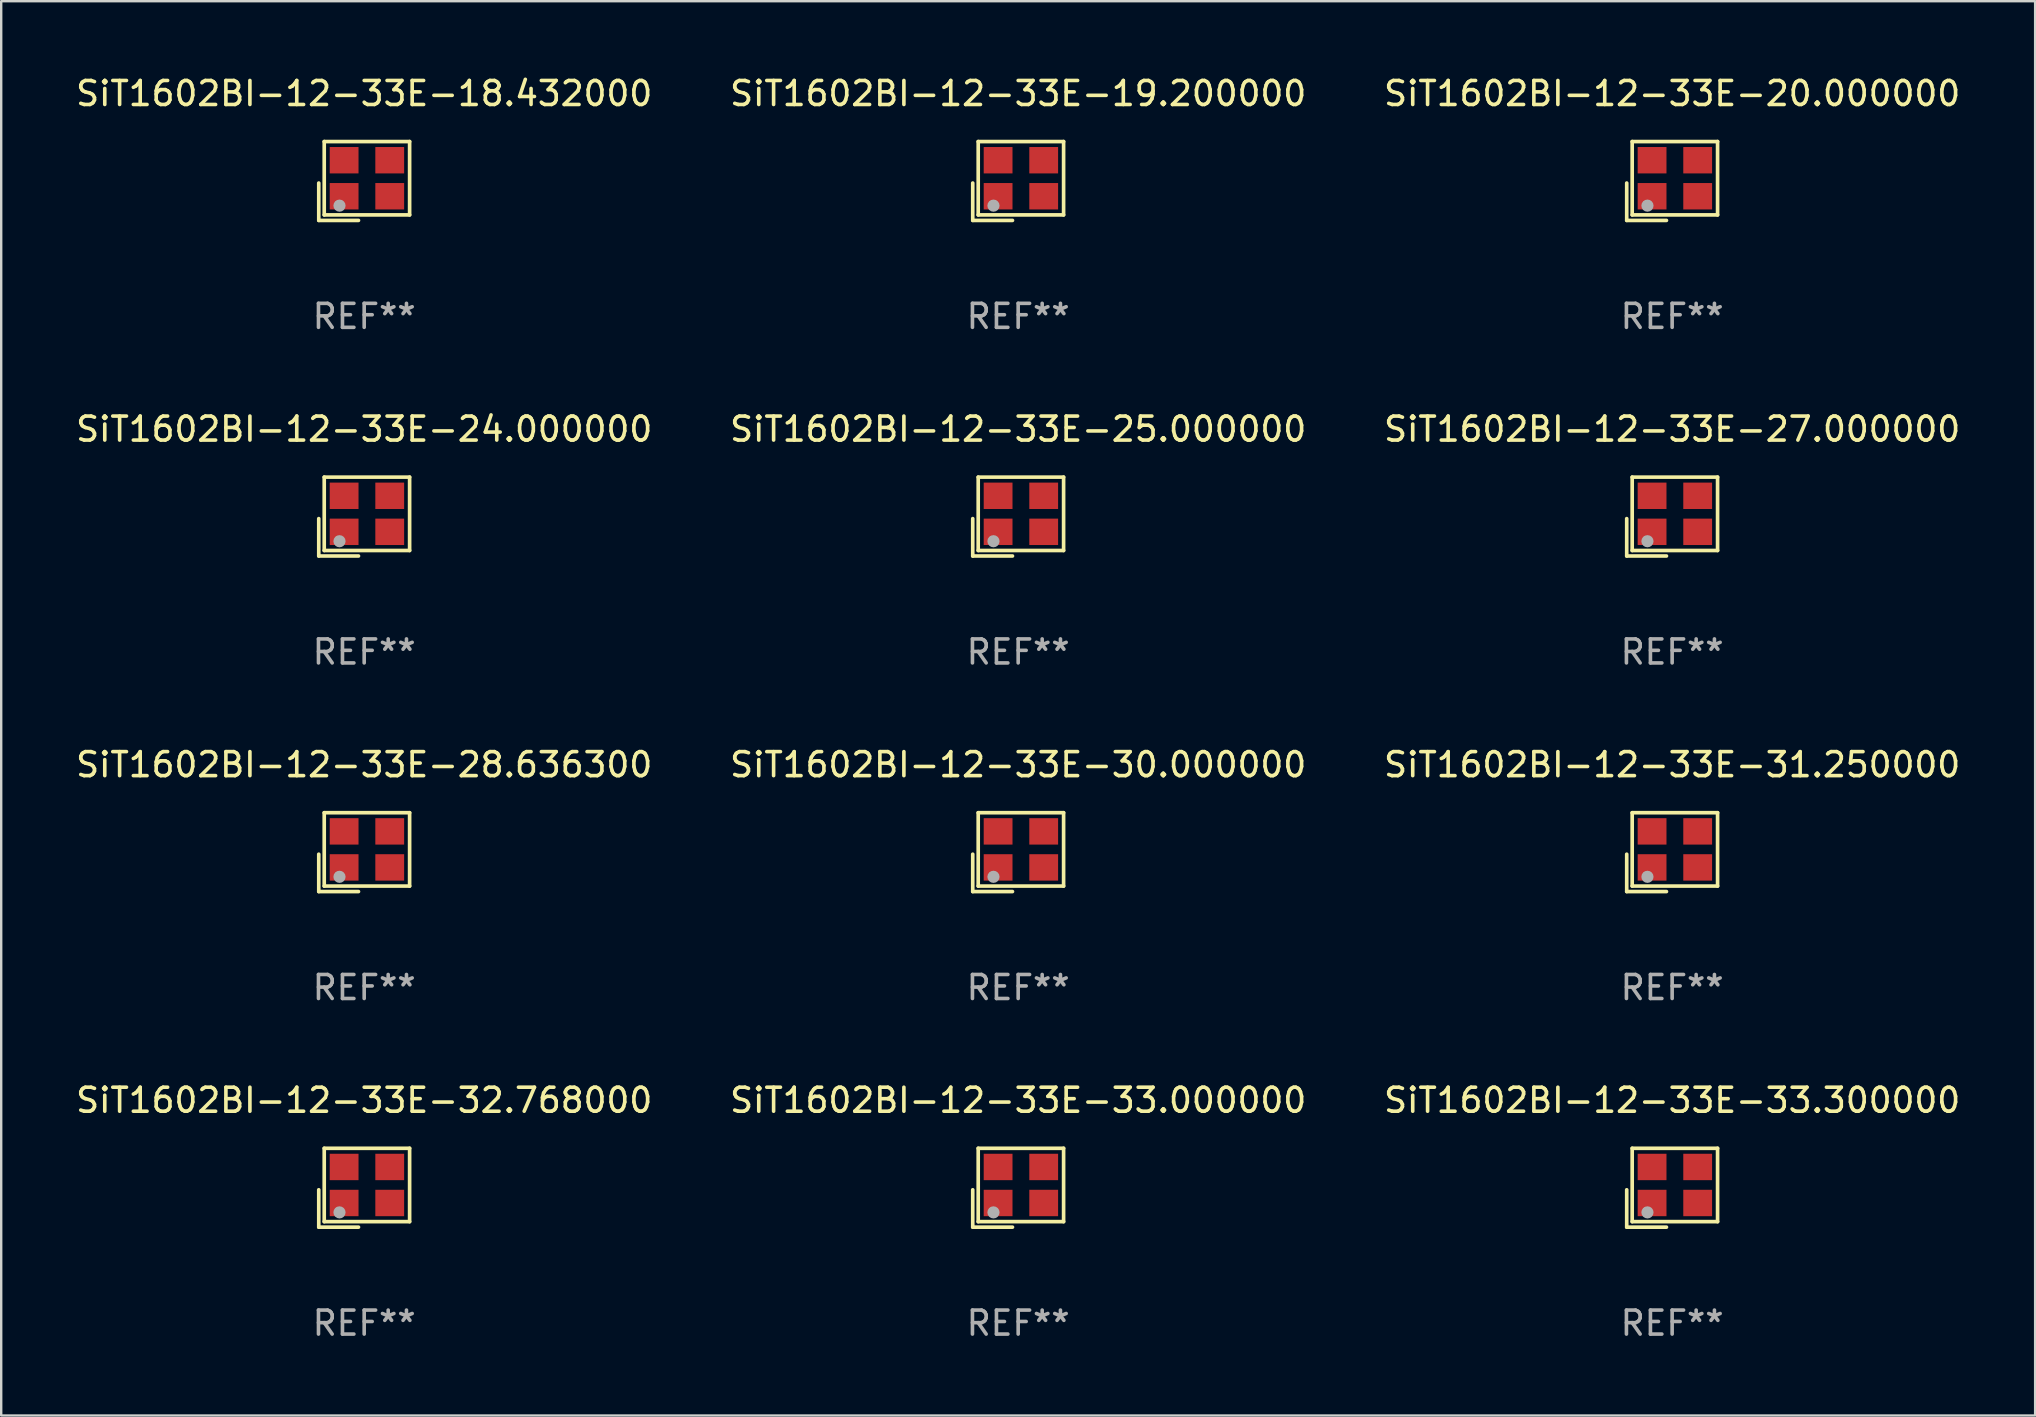
<source format=kicad_pcb>
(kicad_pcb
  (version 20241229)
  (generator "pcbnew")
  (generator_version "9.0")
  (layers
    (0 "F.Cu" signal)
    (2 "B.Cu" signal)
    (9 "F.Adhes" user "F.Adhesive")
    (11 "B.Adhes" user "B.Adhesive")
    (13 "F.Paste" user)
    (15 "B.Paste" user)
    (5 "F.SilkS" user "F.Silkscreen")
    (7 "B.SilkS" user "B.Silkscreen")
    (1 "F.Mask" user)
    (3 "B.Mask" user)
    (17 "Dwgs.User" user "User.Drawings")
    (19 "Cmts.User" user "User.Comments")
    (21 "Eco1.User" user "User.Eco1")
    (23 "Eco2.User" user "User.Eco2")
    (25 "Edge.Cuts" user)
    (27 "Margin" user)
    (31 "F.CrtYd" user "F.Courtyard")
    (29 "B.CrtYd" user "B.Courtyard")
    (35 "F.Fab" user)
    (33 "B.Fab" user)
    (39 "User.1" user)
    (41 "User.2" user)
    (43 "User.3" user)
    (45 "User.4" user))
  (footprint "SiT1602BI-12-33E-30.000000"
    (layer "F.Cu")
    (at 39.375 32.457)
    (property "Reference" "SiT1602BI-12-33E-30.000000" (at 0 -3.643 0) (layer "F.SilkS") (effects (font (size 1 1) (thickness 0.15))))
    (attr through_hole)
    (fp_line (start -1.893 0.086) (end -1.893 1.643) (stroke (width 0.152) (type solid)) (layer "F.SilkS"))
    (fp_line (start -1.893 1.643) (end -0.237 1.643) (stroke (width 0.152) (type solid)) (layer "F.SilkS"))
    (fp_line (start -1.665 -1.643) (end 1.893 -1.643) (stroke (width 0.152) (type solid)) (layer "F.SilkS"))
    (fp_line (start -1.665 1.414) (end -1.665 -1.643) (stroke (width 0.152) (type solid)) (layer "F.SilkS"))
    (fp_line (start 1.893 -1.643) (end 1.893 1.414) (stroke (width 0.152) (type solid)) (layer "F.SilkS"))
    (fp_line (start 1.893 1.414) (end -1.665 1.414) (stroke (width 0.152) (type solid)) (layer "F.SilkS"))
    (fp_circle (center -1.136 0.885) (end -1.106 0.885) (stroke (width 0.06) (type solid)) (fill no) (layer "F.SilkS"))
    (fp_circle (center -1.029 1.028) (end -0.902 1.028) (stroke (width 0.254) (type solid)) (fill no) (layer "F.Fab"))
    (fp_text user "REF**" (at 0 5.643 0) (layer "F.Fab") (effects (font (size 1 1) (thickness 0.15))))
    (pad "1" smd rect (at -0.836 0.636) (size 1.2 1.1) (layers "F.Cu" "F.Mask" "F.Paste"))
    (pad "2" smd rect (at 1.064 0.636) (size 1.2 1.1) (layers "F.Cu" "F.Mask" "F.Paste"))
    (pad "3" smd rect (at 1.064 -0.865) (size 1.2 1.1) (layers "F.Cu" "F.Mask" "F.Paste"))
    (pad "4" smd rect (at -0.836 -0.865) (size 1.2 1.1) (layers "F.Cu" "F.Mask" "F.Paste")))
  (footprint "SiT1602BI-12-33E-24.000000"
    (layer "F.Cu")
    (at 12.125 18.474)
    (property "Reference" "SiT1602BI-12-33E-24.000000" (at 0 -3.643 0) (layer "F.SilkS") (effects (font (size 1 1) (thickness 0.15))))
    (attr through_hole)
    (fp_line (start -1.893 0.086) (end -1.893 1.643) (stroke (width 0.152) (type solid)) (layer "F.SilkS"))
    (fp_line (start -1.893 1.643) (end -0.237 1.643) (stroke (width 0.152) (type solid)) (layer "F.SilkS"))
    (fp_line (start -1.665 -1.643) (end 1.893 -1.643) (stroke (width 0.152) (type solid)) (layer "F.SilkS"))
    (fp_line (start -1.665 1.414) (end -1.665 -1.643) (stroke (width 0.152) (type solid)) (layer "F.SilkS"))
    (fp_line (start 1.893 -1.643) (end 1.893 1.414) (stroke (width 0.152) (type solid)) (layer "F.SilkS"))
    (fp_line (start 1.893 1.414) (end -1.665 1.414) (stroke (width 0.152) (type solid)) (layer "F.SilkS"))
    (fp_circle (center -1.136 0.885) (end -1.106 0.885) (stroke (width 0.06) (type solid)) (fill no) (layer "F.SilkS"))
    (fp_circle (center -1.029 1.028) (end -0.902 1.028) (stroke (width 0.254) (type solid)) (fill no) (layer "F.Fab"))
    (fp_text user "REF**" (at 0 5.643 0) (layer "F.Fab") (effects (font (size 1 1) (thickness 0.15))))
    (pad "1" smd rect (at -0.836 0.636) (size 1.2 1.1) (layers "F.Cu" "F.Mask" "F.Paste"))
    (pad "2" smd rect (at 1.064 0.636) (size 1.2 1.1) (layers "F.Cu" "F.Mask" "F.Paste"))
    (pad "3" smd rect (at 1.064 -0.865) (size 1.2 1.1) (layers "F.Cu" "F.Mask" "F.Paste"))
    (pad "4" smd rect (at -0.836 -0.865) (size 1.2 1.1) (layers "F.Cu" "F.Mask" "F.Paste")))
  (footprint "SiT1602BI-12-33E-33.300000"
    (layer "F.Cu")
    (at 66.625 46.44)
    (property "Reference" "SiT1602BI-12-33E-33.300000" (at 0 -3.643 0) (layer "F.SilkS") (effects (font (size 1 1) (thickness 0.15))))
    (attr through_hole)
    (fp_line (start -1.893 0.086) (end -1.893 1.643) (stroke (width 0.152) (type solid)) (layer "F.SilkS"))
    (fp_line (start -1.893 1.643) (end -0.237 1.643) (stroke (width 0.152) (type solid)) (layer "F.SilkS"))
    (fp_line (start -1.665 -1.643) (end 1.893 -1.643) (stroke (width 0.152) (type solid)) (layer "F.SilkS"))
    (fp_line (start -1.665 1.414) (end -1.665 -1.643) (stroke (width 0.152) (type solid)) (layer "F.SilkS"))
    (fp_line (start 1.893 -1.643) (end 1.893 1.414) (stroke (width 0.152) (type solid)) (layer "F.SilkS"))
    (fp_line (start 1.893 1.414) (end -1.665 1.414) (stroke (width 0.152) (type solid)) (layer "F.SilkS"))
    (fp_circle (center -1.136 0.885) (end -1.106 0.885) (stroke (width 0.06) (type solid)) (fill no) (layer "F.SilkS"))
    (fp_circle (center -1.029 1.028) (end -0.902 1.028) (stroke (width 0.254) (type solid)) (fill no) (layer "F.Fab"))
    (fp_text user "REF**" (at 0 5.643 0) (layer "F.Fab") (effects (font (size 1 1) (thickness 0.15))))
    (pad "1" smd rect (at -0.836 0.636) (size 1.2 1.1) (layers "F.Cu" "F.Mask" "F.Paste"))
    (pad "2" smd rect (at 1.064 0.636) (size 1.2 1.1) (layers "F.Cu" "F.Mask" "F.Paste"))
    (pad "3" smd rect (at 1.064 -0.865) (size 1.2 1.1) (layers "F.Cu" "F.Mask" "F.Paste"))
    (pad "4" smd rect (at -0.836 -0.865) (size 1.2 1.1) (layers "F.Cu" "F.Mask" "F.Paste")))
  (footprint "SiT1602BI-12-33E-33.000000"
    (layer "F.Cu")
    (at 39.375 46.44)
    (property "Reference" "SiT1602BI-12-33E-33.000000" (at 0 -3.643 0) (layer "F.SilkS") (effects (font (size 1 1) (thickness 0.15))))
    (attr through_hole)
    (fp_line (start -1.893 0.086) (end -1.893 1.643) (stroke (width 0.152) (type solid)) (layer "F.SilkS"))
    (fp_line (start -1.893 1.643) (end -0.237 1.643) (stroke (width 0.152) (type solid)) (layer "F.SilkS"))
    (fp_line (start -1.665 -1.643) (end 1.893 -1.643) (stroke (width 0.152) (type solid)) (layer "F.SilkS"))
    (fp_line (start -1.665 1.414) (end -1.665 -1.643) (stroke (width 0.152) (type solid)) (layer "F.SilkS"))
    (fp_line (start 1.893 -1.643) (end 1.893 1.414) (stroke (width 0.152) (type solid)) (layer "F.SilkS"))
    (fp_line (start 1.893 1.414) (end -1.665 1.414) (stroke (width 0.152) (type solid)) (layer "F.SilkS"))
    (fp_circle (center -1.136 0.885) (end -1.106 0.885) (stroke (width 0.06) (type solid)) (fill no) (layer "F.SilkS"))
    (fp_circle (center -1.029 1.028) (end -0.902 1.028) (stroke (width 0.254) (type solid)) (fill no) (layer "F.Fab"))
    (fp_text user "REF**" (at 0 5.643 0) (layer "F.Fab") (effects (font (size 1 1) (thickness 0.15))))
    (pad "1" smd rect (at -0.836 0.636) (size 1.2 1.1) (layers "F.Cu" "F.Mask" "F.Paste"))
    (pad "2" smd rect (at 1.064 0.636) (size 1.2 1.1) (layers "F.Cu" "F.Mask" "F.Paste"))
    (pad "3" smd rect (at 1.064 -0.865) (size 1.2 1.1) (layers "F.Cu" "F.Mask" "F.Paste"))
    (pad "4" smd rect (at -0.836 -0.865) (size 1.2 1.1) (layers "F.Cu" "F.Mask" "F.Paste")))
  (footprint "SiT1602BI-12-33E-20.000000"
    (layer "F.Cu")
    (at 66.625 4.491)
    (property "Reference" "SiT1602BI-12-33E-20.000000" (at 0 -3.643 0) (layer "F.SilkS") (effects (font (size 1 1) (thickness 0.15))))
    (attr through_hole)
    (fp_line (start -1.893 0.086) (end -1.893 1.643) (stroke (width 0.152) (type solid)) (layer "F.SilkS"))
    (fp_line (start -1.893 1.643) (end -0.237 1.643) (stroke (width 0.152) (type solid)) (layer "F.SilkS"))
    (fp_line (start -1.665 -1.643) (end 1.893 -1.643) (stroke (width 0.152) (type solid)) (layer "F.SilkS"))
    (fp_line (start -1.665 1.414) (end -1.665 -1.643) (stroke (width 0.152) (type solid)) (layer "F.SilkS"))
    (fp_line (start 1.893 -1.643) (end 1.893 1.414) (stroke (width 0.152) (type solid)) (layer "F.SilkS"))
    (fp_line (start 1.893 1.414) (end -1.665 1.414) (stroke (width 0.152) (type solid)) (layer "F.SilkS"))
    (fp_circle (center -1.136 0.885) (end -1.106 0.885) (stroke (width 0.06) (type solid)) (fill no) (layer "F.SilkS"))
    (fp_circle (center -1.029 1.028) (end -0.902 1.028) (stroke (width 0.254) (type solid)) (fill no) (layer "F.Fab"))
    (fp_text user "REF**" (at 0 5.643 0) (layer "F.Fab") (effects (font (size 1 1) (thickness 0.15))))
    (pad "1" smd rect (at -0.836 0.636) (size 1.2 1.1) (layers "F.Cu" "F.Mask" "F.Paste"))
    (pad "2" smd rect (at 1.064 0.636) (size 1.2 1.1) (layers "F.Cu" "F.Mask" "F.Paste"))
    (pad "3" smd rect (at 1.064 -0.865) (size 1.2 1.1) (layers "F.Cu" "F.Mask" "F.Paste"))
    (pad "4" smd rect (at -0.836 -0.865) (size 1.2 1.1) (layers "F.Cu" "F.Mask" "F.Paste")))
  (footprint "SiT1602BI-12-33E-28.636300"
    (layer "F.Cu")
    (at 12.125 32.457)
    (property "Reference" "SiT1602BI-12-33E-28.636300" (at 0 -3.643 0) (layer "F.SilkS") (effects (font (size 1 1) (thickness 0.15))))
    (attr through_hole)
    (fp_line (start -1.893 0.086) (end -1.893 1.643) (stroke (width 0.152) (type solid)) (layer "F.SilkS"))
    (fp_line (start -1.893 1.643) (end -0.237 1.643) (stroke (width 0.152) (type solid)) (layer "F.SilkS"))
    (fp_line (start -1.665 -1.643) (end 1.893 -1.643) (stroke (width 0.152) (type solid)) (layer "F.SilkS"))
    (fp_line (start -1.665 1.414) (end -1.665 -1.643) (stroke (width 0.152) (type solid)) (layer "F.SilkS"))
    (fp_line (start 1.893 -1.643) (end 1.893 1.414) (stroke (width 0.152) (type solid)) (layer "F.SilkS"))
    (fp_line (start 1.893 1.414) (end -1.665 1.414) (stroke (width 0.152) (type solid)) (layer "F.SilkS"))
    (fp_circle (center -1.136 0.885) (end -1.106 0.885) (stroke (width 0.06) (type solid)) (fill no) (layer "F.SilkS"))
    (fp_circle (center -1.029 1.028) (end -0.902 1.028) (stroke (width 0.254) (type solid)) (fill no) (layer "F.Fab"))
    (fp_text user "REF**" (at 0 5.643 0) (layer "F.Fab") (effects (font (size 1 1) (thickness 0.15))))
    (pad "1" smd rect (at -0.836 0.636) (size 1.2 1.1) (layers "F.Cu" "F.Mask" "F.Paste"))
    (pad "2" smd rect (at 1.064 0.636) (size 1.2 1.1) (layers "F.Cu" "F.Mask" "F.Paste"))
    (pad "3" smd rect (at 1.064 -0.865) (size 1.2 1.1) (layers "F.Cu" "F.Mask" "F.Paste"))
    (pad "4" smd rect (at -0.836 -0.865) (size 1.2 1.1) (layers "F.Cu" "F.Mask" "F.Paste")))
  (footprint "SiT1602BI-12-33E-25.000000"
    (layer "F.Cu")
    (at 39.375 18.474)
    (property "Reference" "SiT1602BI-12-33E-25.000000" (at 0 -3.643 0) (layer "F.SilkS") (effects (font (size 1 1) (thickness 0.15))))
    (attr through_hole)
    (fp_line (start -1.893 0.086) (end -1.893 1.643) (stroke (width 0.152) (type solid)) (layer "F.SilkS"))
    (fp_line (start -1.893 1.643) (end -0.237 1.643) (stroke (width 0.152) (type solid)) (layer "F.SilkS"))
    (fp_line (start -1.665 -1.643) (end 1.893 -1.643) (stroke (width 0.152) (type solid)) (layer "F.SilkS"))
    (fp_line (start -1.665 1.414) (end -1.665 -1.643) (stroke (width 0.152) (type solid)) (layer "F.SilkS"))
    (fp_line (start 1.893 -1.643) (end 1.893 1.414) (stroke (width 0.152) (type solid)) (layer "F.SilkS"))
    (fp_line (start 1.893 1.414) (end -1.665 1.414) (stroke (width 0.152) (type solid)) (layer "F.SilkS"))
    (fp_circle (center -1.136 0.885) (end -1.106 0.885) (stroke (width 0.06) (type solid)) (fill no) (layer "F.SilkS"))
    (fp_circle (center -1.029 1.028) (end -0.902 1.028) (stroke (width 0.254) (type solid)) (fill no) (layer "F.Fab"))
    (fp_text user "REF**" (at 0 5.643 0) (layer "F.Fab") (effects (font (size 1 1) (thickness 0.15))))
    (pad "1" smd rect (at -0.836 0.636) (size 1.2 1.1) (layers "F.Cu" "F.Mask" "F.Paste"))
    (pad "2" smd rect (at 1.064 0.636) (size 1.2 1.1) (layers "F.Cu" "F.Mask" "F.Paste"))
    (pad "3" smd rect (at 1.064 -0.865) (size 1.2 1.1) (layers "F.Cu" "F.Mask" "F.Paste"))
    (pad "4" smd rect (at -0.836 -0.865) (size 1.2 1.1) (layers "F.Cu" "F.Mask" "F.Paste")))
  (footprint "SiT1602BI-12-33E-27.000000"
    (layer "F.Cu")
    (at 66.625 18.474)
    (property "Reference" "SiT1602BI-12-33E-27.000000" (at 0 -3.643 0) (layer "F.SilkS") (effects (font (size 1 1) (thickness 0.15))))
    (attr through_hole)
    (fp_line (start -1.893 0.086) (end -1.893 1.643) (stroke (width 0.152) (type solid)) (layer "F.SilkS"))
    (fp_line (start -1.893 1.643) (end -0.237 1.643) (stroke (width 0.152) (type solid)) (layer "F.SilkS"))
    (fp_line (start -1.665 -1.643) (end 1.893 -1.643) (stroke (width 0.152) (type solid)) (layer "F.SilkS"))
    (fp_line (start -1.665 1.414) (end -1.665 -1.643) (stroke (width 0.152) (type solid)) (layer "F.SilkS"))
    (fp_line (start 1.893 -1.643) (end 1.893 1.414) (stroke (width 0.152) (type solid)) (layer "F.SilkS"))
    (fp_line (start 1.893 1.414) (end -1.665 1.414) (stroke (width 0.152) (type solid)) (layer "F.SilkS"))
    (fp_circle (center -1.136 0.885) (end -1.106 0.885) (stroke (width 0.06) (type solid)) (fill no) (layer "F.SilkS"))
    (fp_circle (center -1.029 1.028) (end -0.902 1.028) (stroke (width 0.254) (type solid)) (fill no) (layer "F.Fab"))
    (fp_text user "REF**" (at 0 5.643 0) (layer "F.Fab") (effects (font (size 1 1) (thickness 0.15))))
    (pad "1" smd rect (at -0.836 0.636) (size 1.2 1.1) (layers "F.Cu" "F.Mask" "F.Paste"))
    (pad "2" smd rect (at 1.064 0.636) (size 1.2 1.1) (layers "F.Cu" "F.Mask" "F.Paste"))
    (pad "3" smd rect (at 1.064 -0.865) (size 1.2 1.1) (layers "F.Cu" "F.Mask" "F.Paste"))
    (pad "4" smd rect (at -0.836 -0.865) (size 1.2 1.1) (layers "F.Cu" "F.Mask" "F.Paste")))
  (footprint "SiT1602BI-12-33E-32.768000"
    (layer "F.Cu")
    (at 12.125 46.44)
    (property "Reference" "SiT1602BI-12-33E-32.768000" (at 0 -3.643 0) (layer "F.SilkS") (effects (font (size 1 1) (thickness 0.15))))
    (attr through_hole)
    (fp_line (start -1.893 0.086) (end -1.893 1.643) (stroke (width 0.152) (type solid)) (layer "F.SilkS"))
    (fp_line (start -1.893 1.643) (end -0.237 1.643) (stroke (width 0.152) (type solid)) (layer "F.SilkS"))
    (fp_line (start -1.665 -1.643) (end 1.893 -1.643) (stroke (width 0.152) (type solid)) (layer "F.SilkS"))
    (fp_line (start -1.665 1.414) (end -1.665 -1.643) (stroke (width 0.152) (type solid)) (layer "F.SilkS"))
    (fp_line (start 1.893 -1.643) (end 1.893 1.414) (stroke (width 0.152) (type solid)) (layer "F.SilkS"))
    (fp_line (start 1.893 1.414) (end -1.665 1.414) (stroke (width 0.152) (type solid)) (layer "F.SilkS"))
    (fp_circle (center -1.136 0.885) (end -1.106 0.885) (stroke (width 0.06) (type solid)) (fill no) (layer "F.SilkS"))
    (fp_circle (center -1.029 1.028) (end -0.902 1.028) (stroke (width 0.254) (type solid)) (fill no) (layer "F.Fab"))
    (fp_text user "REF**" (at 0 5.643 0) (layer "F.Fab") (effects (font (size 1 1) (thickness 0.15))))
    (pad "1" smd rect (at -0.836 0.636) (size 1.2 1.1) (layers "F.Cu" "F.Mask" "F.Paste"))
    (pad "2" smd rect (at 1.064 0.636) (size 1.2 1.1) (layers "F.Cu" "F.Mask" "F.Paste"))
    (pad "3" smd rect (at 1.064 -0.865) (size 1.2 1.1) (layers "F.Cu" "F.Mask" "F.Paste"))
    (pad "4" smd rect (at -0.836 -0.865) (size 1.2 1.1) (layers "F.Cu" "F.Mask" "F.Paste")))
  (footprint "SiT1602BI-12-33E-19.200000"
    (layer "F.Cu")
    (at 39.375 4.491)
    (property "Reference" "SiT1602BI-12-33E-19.200000" (at 0 -3.643 0) (layer "F.SilkS") (effects (font (size 1 1) (thickness 0.15))))
    (attr through_hole)
    (fp_line (start -1.893 0.086) (end -1.893 1.643) (stroke (width 0.152) (type solid)) (layer "F.SilkS"))
    (fp_line (start -1.893 1.643) (end -0.237 1.643) (stroke (width 0.152) (type solid)) (layer "F.SilkS"))
    (fp_line (start -1.665 -1.643) (end 1.893 -1.643) (stroke (width 0.152) (type solid)) (layer "F.SilkS"))
    (fp_line (start -1.665 1.414) (end -1.665 -1.643) (stroke (width 0.152) (type solid)) (layer "F.SilkS"))
    (fp_line (start 1.893 -1.643) (end 1.893 1.414) (stroke (width 0.152) (type solid)) (layer "F.SilkS"))
    (fp_line (start 1.893 1.414) (end -1.665 1.414) (stroke (width 0.152) (type solid)) (layer "F.SilkS"))
    (fp_circle (center -1.136 0.885) (end -1.106 0.885) (stroke (width 0.06) (type solid)) (fill no) (layer "F.SilkS"))
    (fp_circle (center -1.029 1.028) (end -0.902 1.028) (stroke (width 0.254) (type solid)) (fill no) (layer "F.Fab"))
    (fp_text user "REF**" (at 0 5.643 0) (layer "F.Fab") (effects (font (size 1 1) (thickness 0.15))))
    (pad "1" smd rect (at -0.836 0.636) (size 1.2 1.1) (layers "F.Cu" "F.Mask" "F.Paste"))
    (pad "2" smd rect (at 1.064 0.636) (size 1.2 1.1) (layers "F.Cu" "F.Mask" "F.Paste"))
    (pad "3" smd rect (at 1.064 -0.865) (size 1.2 1.1) (layers "F.Cu" "F.Mask" "F.Paste"))
    (pad "4" smd rect (at -0.836 -0.865) (size 1.2 1.1) (layers "F.Cu" "F.Mask" "F.Paste")))
  (footprint "SiT1602BI-12-33E-18.432000"
    (layer "F.Cu")
    (at 12.125 4.491)
    (property "Reference" "SiT1602BI-12-33E-18.432000" (at 0 -3.643 0) (layer "F.SilkS") (effects (font (size 1 1) (thickness 0.15))))
    (attr through_hole)
    (fp_line (start -1.893 0.086) (end -1.893 1.643) (stroke (width 0.152) (type solid)) (layer "F.SilkS"))
    (fp_line (start -1.893 1.643) (end -0.237 1.643) (stroke (width 0.152) (type solid)) (layer "F.SilkS"))
    (fp_line (start -1.665 -1.643) (end 1.893 -1.643) (stroke (width 0.152) (type solid)) (layer "F.SilkS"))
    (fp_line (start -1.665 1.414) (end -1.665 -1.643) (stroke (width 0.152) (type solid)) (layer "F.SilkS"))
    (fp_line (start 1.893 -1.643) (end 1.893 1.414) (stroke (width 0.152) (type solid)) (layer "F.SilkS"))
    (fp_line (start 1.893 1.414) (end -1.665 1.414) (stroke (width 0.152) (type solid)) (layer "F.SilkS"))
    (fp_circle (center -1.136 0.885) (end -1.106 0.885) (stroke (width 0.06) (type solid)) (fill no) (layer "F.SilkS"))
    (fp_circle (center -1.029 1.028) (end -0.902 1.028) (stroke (width 0.254) (type solid)) (fill no) (layer "F.Fab"))
    (fp_text user "REF**" (at 0 5.643 0) (layer "F.Fab") (effects (font (size 1 1) (thickness 0.15))))
    (pad "1" smd rect (at -0.836 0.636) (size 1.2 1.1) (layers "F.Cu" "F.Mask" "F.Paste"))
    (pad "2" smd rect (at 1.064 0.636) (size 1.2 1.1) (layers "F.Cu" "F.Mask" "F.Paste"))
    (pad "3" smd rect (at 1.064 -0.865) (size 1.2 1.1) (layers "F.Cu" "F.Mask" "F.Paste"))
    (pad "4" smd rect (at -0.836 -0.865) (size 1.2 1.1) (layers "F.Cu" "F.Mask" "F.Paste")))
  (footprint "SiT1602BI-12-33E-31.250000"
    (layer "F.Cu")
    (at 66.625 32.457)
    (property "Reference" "SiT1602BI-12-33E-31.250000" (at 0 -3.643 0) (layer "F.SilkS") (effects (font (size 1 1) (thickness 0.15))))
    (attr through_hole)
    (fp_line (start -1.893 0.086) (end -1.893 1.643) (stroke (width 0.152) (type solid)) (layer "F.SilkS"))
    (fp_line (start -1.893 1.643) (end -0.237 1.643) (stroke (width 0.152) (type solid)) (layer "F.SilkS"))
    (fp_line (start -1.665 -1.643) (end 1.893 -1.643) (stroke (width 0.152) (type solid)) (layer "F.SilkS"))
    (fp_line (start -1.665 1.414) (end -1.665 -1.643) (stroke (width 0.152) (type solid)) (layer "F.SilkS"))
    (fp_line (start 1.893 -1.643) (end 1.893 1.414) (stroke (width 0.152) (type solid)) (layer "F.SilkS"))
    (fp_line (start 1.893 1.414) (end -1.665 1.414) (stroke (width 0.152) (type solid)) (layer "F.SilkS"))
    (fp_circle (center -1.136 0.885) (end -1.106 0.885) (stroke (width 0.06) (type solid)) (fill no) (layer "F.SilkS"))
    (fp_circle (center -1.029 1.028) (end -0.902 1.028) (stroke (width 0.254) (type solid)) (fill no) (layer "F.Fab"))
    (fp_text user "REF**" (at 0 5.643 0) (layer "F.Fab") (effects (font (size 1 1) (thickness 0.15))))
    (pad "1" smd rect (at -0.836 0.636) (size 1.2 1.1) (layers "F.Cu" "F.Mask" "F.Paste"))
    (pad "2" smd rect (at 1.064 0.636) (size 1.2 1.1) (layers "F.Cu" "F.Mask" "F.Paste"))
    (pad "3" smd rect (at 1.064 -0.865) (size 1.2 1.1) (layers "F.Cu" "F.Mask" "F.Paste"))
    (pad "4" smd rect (at -0.836 -0.865) (size 1.2 1.1) (layers "F.Cu" "F.Mask" "F.Paste")))
  (gr_rect
    (start -3 -3)
    (end 81.75 55.931)
    (stroke (width 0.1) (type default))
    (fill no)
    (layer "Edge.Cuts")))
</source>
